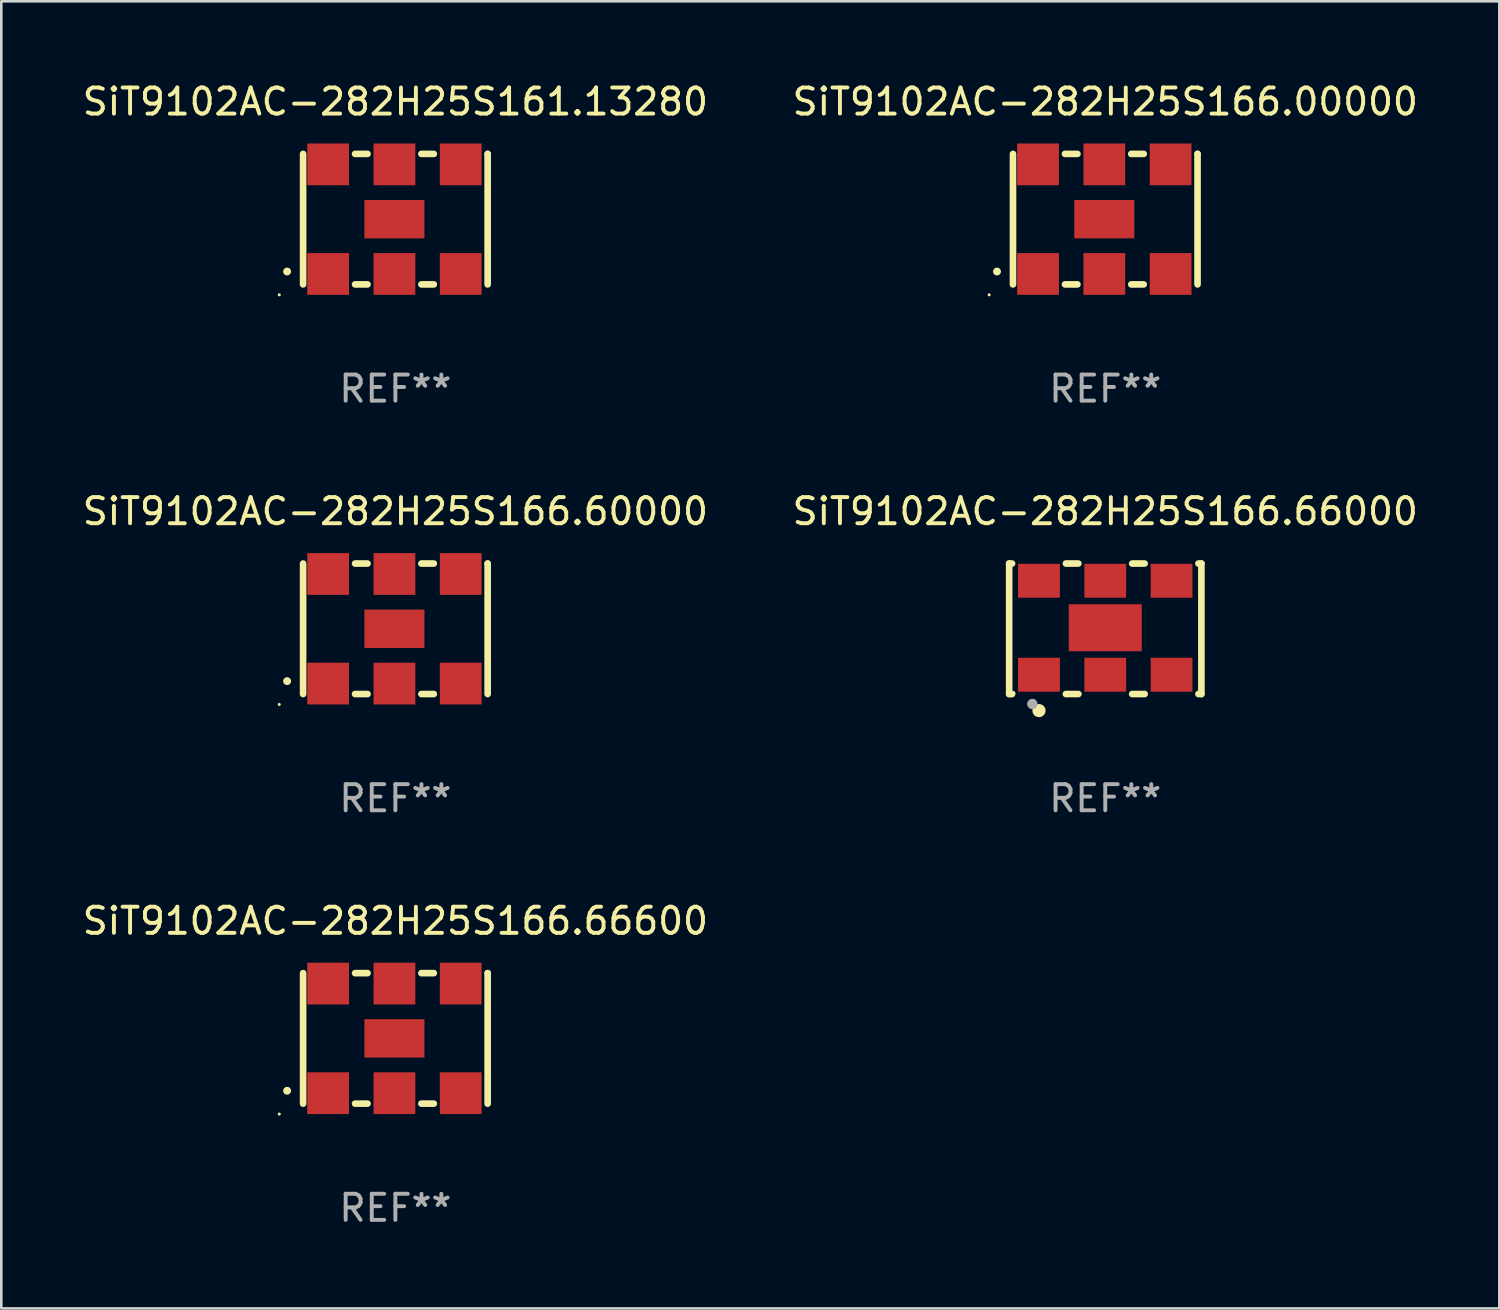
<source format=kicad_pcb>
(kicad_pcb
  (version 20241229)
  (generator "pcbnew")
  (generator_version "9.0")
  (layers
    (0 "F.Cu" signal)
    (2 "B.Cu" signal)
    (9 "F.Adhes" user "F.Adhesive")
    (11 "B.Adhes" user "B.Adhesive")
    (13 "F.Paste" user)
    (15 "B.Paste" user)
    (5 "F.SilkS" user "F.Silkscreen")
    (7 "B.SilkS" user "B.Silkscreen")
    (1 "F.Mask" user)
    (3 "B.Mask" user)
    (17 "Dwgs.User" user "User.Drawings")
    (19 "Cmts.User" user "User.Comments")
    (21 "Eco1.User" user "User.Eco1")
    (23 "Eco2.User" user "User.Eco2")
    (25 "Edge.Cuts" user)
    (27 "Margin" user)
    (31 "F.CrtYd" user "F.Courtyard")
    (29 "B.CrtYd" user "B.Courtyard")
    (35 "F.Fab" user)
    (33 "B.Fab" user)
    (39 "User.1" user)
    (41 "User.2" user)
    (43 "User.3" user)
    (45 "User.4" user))
  (footprint "SiT9102AC-282H25S166.60000"
    (layer "F.Cu")
    (at 12.101 21.045)
    (property "Reference" "SiT9102AC-282H25S166.60000" (at 0 -4.5 0) (layer "F.SilkS") (effects (font (size 1 1) (thickness 0.15))))
    (attr through_hole)
    (fp_line (start -3.536 -2.5) (end -3.536 2.5) (stroke (width 0.254) (type solid)) (layer "F.SilkS"))
    (fp_line (start -1.544 2.5) (end -1.067 2.5) (stroke (width 0.254) (type solid)) (layer "F.SilkS"))
    (fp_line (start -1.067 -2.5) (end -1.544 -2.5) (stroke (width 0.254) (type solid)) (layer "F.SilkS"))
    (fp_line (start 0.996 2.5) (end 1.473 2.5) (stroke (width 0.254) (type solid)) (layer "F.SilkS"))
    (fp_line (start 1.473 -2.5) (end 0.996 -2.5) (stroke (width 0.254) (type solid)) (layer "F.SilkS"))
    (fp_line (start 3.536 -2.5) (end 3.536 -2.5) (stroke (width 0.254) (type solid)) (layer "F.SilkS"))
    (fp_line (start 3.536 2.5) (end 3.536 -2.5) (stroke (width 0.254) (type solid)) (layer "F.SilkS"))
    (fp_arc (start -4.150432 2.006604) (mid -4.149162 2.006599) (end -4.147892 2.006604) (stroke (width 0.3) (type solid)) (layer "F.SilkS"))
    (fp_circle (center -4.449 2.9) (end -4.419 2.9) (stroke (width 0.06) (type solid)) (fill no) (layer "F.SilkS"))
    (fp_text user "REF**" (at 0 6.5 0) (layer "F.Fab") (effects (font (size 1 1) (thickness 0.15))))
    (pad "1" smd rect (at -2.576 2.1) (size 1.6 1.6) (layers "F.Cu" "F.Mask" "F.Paste"))
    (pad "2" smd rect (at -0.036 2.1) (size 1.6 1.6) (layers "F.Cu" "F.Mask" "F.Paste"))
    (pad "3" smd rect (at 2.504 2.1) (size 1.6 1.6) (layers "F.Cu" "F.Mask" "F.Paste"))
    (pad "4" smd rect (at 2.504 -2.1) (size 1.6 1.6) (layers "F.Cu" "F.Mask" "F.Paste"))
    (pad "5" smd rect (at -0.036 -2.1) (size 1.6 1.6) (layers "F.Cu" "F.Mask" "F.Paste"))
    (pad "6" smd rect (at -2.576 -2.1) (size 1.6 1.6) (layers "F.Cu" "F.Mask" "F.Paste"))
    (pad "7" smd rect (at -0.036 0) (size 2.3 1.47) (layers "F.Cu" "F.Mask" "F.Paste")))
  (footprint "SiT9102AC-282H25S166.66000"
    (layer "F.Cu")
    (at 39.304 21.045)
    (property "Reference" "SiT9102AC-282H25S166.66000" (at 0 -4.5 0) (layer "F.SilkS") (effects (font (size 1 1) (thickness 0.15))))
    (attr through_hole)
    (fp_line (start -3.683 -2.5) (end -3.571 -2.5) (stroke (width 0.254) (type solid)) (layer "F.SilkS"))
    (fp_line (start -3.683 2.5) (end -3.683 -2.5) (stroke (width 0.254) (type solid)) (layer "F.SilkS"))
    (fp_line (start -3.683 2.5) (end -3.571 2.5) (stroke (width 0.254) (type solid)) (layer "F.SilkS"))
    (fp_line (start -1.509 -2.5) (end -1.031 -2.5) (stroke (width 0.254) (type solid)) (layer "F.SilkS"))
    (fp_line (start -1.509 2.5) (end -1.031 2.5) (stroke (width 0.254) (type solid)) (layer "F.SilkS"))
    (fp_line (start 1.031 -2.5) (end 1.509 -2.5) (stroke (width 0.254) (type solid)) (layer "F.SilkS"))
    (fp_line (start 1.031 2.5) (end 1.509 2.5) (stroke (width 0.254) (type solid)) (layer "F.SilkS"))
    (fp_line (start 3.571 -2.5) (end 3.683 -2.5) (stroke (width 0.254) (type solid)) (layer "F.SilkS"))
    (fp_line (start 3.571 2.5) (end 3.683 2.5) (stroke (width 0.254) (type solid)) (layer "F.SilkS"))
    (fp_line (start 3.683 2.5) (end 3.683 -2.5) (stroke (width 0.254) (type solid)) (layer "F.SilkS"))
    (fp_circle (center -3.5 2.46) (end -3.47 2.46) (stroke (width 0.06) (type solid)) (fill no) (layer "F.SilkS"))
    (fp_circle (center -2.54 3.135) (end -2.413 3.135) (stroke (width 0.254) (type solid)) (fill no) (layer "F.SilkS"))
    (fp_circle (center -2.794 2.881) (end -2.694 2.881) (stroke (width 0.2) (type solid)) (fill no) (layer "F.Fab"))
    (fp_text user "REF**" (at 0 6.5 0) (layer "F.Fab") (effects (font (size 1 1) (thickness 0.15))))
    (pad "1" smd rect (at -2.54 1.76) (size 1.6 1.3) (layers "F.Cu" "F.Mask" "F.Paste"))
    (pad "2" smd rect (at 0 1.76) (size 1.6 1.3) (layers "F.Cu" "F.Mask" "F.Paste"))
    (pad "3" smd rect (at 2.54 1.76) (size 1.6 1.3) (layers "F.Cu" "F.Mask" "F.Paste"))
    (pad "4" smd rect (at 2.54 -1.84) (size 1.6 1.3) (layers "F.Cu" "F.Mask" "F.Paste"))
    (pad "5" smd rect (at 0 -1.84) (size 1.6 1.3) (layers "F.Cu" "F.Mask" "F.Paste"))
    (pad "6" smd rect (at -2.54 -1.84) (size 1.6 1.3) (layers "F.Cu" "F.Mask" "F.Paste"))
    (pad "7" smd rect (at 0 -0.04) (size 2.8 1.8) (layers "F.Cu" "F.Mask" "F.Paste")))
  (footprint "SiT9102AC-282H25S166.66600"
    (layer "F.Cu")
    (at 12.101 36.741)
    (property "Reference" "SiT9102AC-282H25S166.66600" (at 0 -4.5 0) (layer "F.SilkS") (effects (font (size 1 1) (thickness 0.15))))
    (attr through_hole)
    (fp_line (start -3.536 -2.5) (end -3.536 2.5) (stroke (width 0.254) (type solid)) (layer "F.SilkS"))
    (fp_line (start -1.544 2.5) (end -1.067 2.5) (stroke (width 0.254) (type solid)) (layer "F.SilkS"))
    (fp_line (start -1.067 -2.5) (end -1.544 -2.5) (stroke (width 0.254) (type solid)) (layer "F.SilkS"))
    (fp_line (start 0.996 2.5) (end 1.473 2.5) (stroke (width 0.254) (type solid)) (layer "F.SilkS"))
    (fp_line (start 1.473 -2.5) (end 0.996 -2.5) (stroke (width 0.254) (type solid)) (layer "F.SilkS"))
    (fp_line (start 3.536 -2.5) (end 3.536 -2.5) (stroke (width 0.254) (type solid)) (layer "F.SilkS"))
    (fp_line (start 3.536 2.5) (end 3.536 -2.5) (stroke (width 0.254) (type solid)) (layer "F.SilkS"))
    (fp_arc (start -4.150432 2.006604) (mid -4.149162 2.006599) (end -4.147892 2.006604) (stroke (width 0.3) (type solid)) (layer "F.SilkS"))
    (fp_circle (center -4.449 2.9) (end -4.419 2.9) (stroke (width 0.06) (type solid)) (fill no) (layer "F.SilkS"))
    (fp_text user "REF**" (at 0 6.5 0) (layer "F.Fab") (effects (font (size 1 1) (thickness 0.15))))
    (pad "1" smd rect (at -2.576 2.1) (size 1.6 1.6) (layers "F.Cu" "F.Mask" "F.Paste"))
    (pad "2" smd rect (at -0.036 2.1) (size 1.6 1.6) (layers "F.Cu" "F.Mask" "F.Paste"))
    (pad "3" smd rect (at 2.504 2.1) (size 1.6 1.6) (layers "F.Cu" "F.Mask" "F.Paste"))
    (pad "4" smd rect (at 2.504 -2.1) (size 1.6 1.6) (layers "F.Cu" "F.Mask" "F.Paste"))
    (pad "5" smd rect (at -0.036 -2.1) (size 1.6 1.6) (layers "F.Cu" "F.Mask" "F.Paste"))
    (pad "6" smd rect (at -2.576 -2.1) (size 1.6 1.6) (layers "F.Cu" "F.Mask" "F.Paste"))
    (pad "7" smd rect (at -0.036 0) (size 2.3 1.47) (layers "F.Cu" "F.Mask" "F.Paste")))
  (footprint "SiT9102AC-282H25S166.00000"
    (layer "F.Cu")
    (at 39.304 5.348)
    (property "Reference" "SiT9102AC-282H25S166.00000" (at 0 -4.5 0) (layer "F.SilkS") (effects (font (size 1 1) (thickness 0.15))))
    (attr through_hole)
    (fp_line (start -3.536 -2.5) (end -3.536 2.5) (stroke (width 0.254) (type solid)) (layer "F.SilkS"))
    (fp_line (start -1.544 2.5) (end -1.067 2.5) (stroke (width 0.254) (type solid)) (layer "F.SilkS"))
    (fp_line (start -1.067 -2.5) (end -1.544 -2.5) (stroke (width 0.254) (type solid)) (layer "F.SilkS"))
    (fp_line (start 0.996 2.5) (end 1.473 2.5) (stroke (width 0.254) (type solid)) (layer "F.SilkS"))
    (fp_line (start 1.473 -2.5) (end 0.996 -2.5) (stroke (width 0.254) (type solid)) (layer "F.SilkS"))
    (fp_line (start 3.536 -2.5) (end 3.536 -2.5) (stroke (width 0.254) (type solid)) (layer "F.SilkS"))
    (fp_line (start 3.536 2.5) (end 3.536 -2.5) (stroke (width 0.254) (type solid)) (layer "F.SilkS"))
    (fp_arc (start -4.150432 2.006604) (mid -4.149162 2.006599) (end -4.147892 2.006604) (stroke (width 0.3) (type solid)) (layer "F.SilkS"))
    (fp_circle (center -4.449 2.9) (end -4.419 2.9) (stroke (width 0.06) (type solid)) (fill no) (layer "F.SilkS"))
    (fp_text user "REF**" (at 0 6.5 0) (layer "F.Fab") (effects (font (size 1 1) (thickness 0.15))))
    (pad "1" smd rect (at -2.576 2.1) (size 1.6 1.6) (layers "F.Cu" "F.Mask" "F.Paste"))
    (pad "2" smd rect (at -0.036 2.1) (size 1.6 1.6) (layers "F.Cu" "F.Mask" "F.Paste"))
    (pad "3" smd rect (at 2.504 2.1) (size 1.6 1.6) (layers "F.Cu" "F.Mask" "F.Paste"))
    (pad "4" smd rect (at 2.504 -2.1) (size 1.6 1.6) (layers "F.Cu" "F.Mask" "F.Paste"))
    (pad "5" smd rect (at -0.036 -2.1) (size 1.6 1.6) (layers "F.Cu" "F.Mask" "F.Paste"))
    (pad "6" smd rect (at -2.576 -2.1) (size 1.6 1.6) (layers "F.Cu" "F.Mask" "F.Paste"))
    (pad "7" smd rect (at -0.036 0) (size 2.3 1.47) (layers "F.Cu" "F.Mask" "F.Paste")))
  (footprint "SiT9102AC-282H25S161.13280"
    (layer "F.Cu")
    (at 12.101 5.348)
    (property "Reference" "SiT9102AC-282H25S161.13280" (at 0 -4.5 0) (layer "F.SilkS") (effects (font (size 1 1) (thickness 0.15))))
    (attr through_hole)
    (fp_line (start -3.536 -2.5) (end -3.536 2.5) (stroke (width 0.254) (type solid)) (layer "F.SilkS"))
    (fp_line (start -1.544 2.5) (end -1.067 2.5) (stroke (width 0.254) (type solid)) (layer "F.SilkS"))
    (fp_line (start -1.067 -2.5) (end -1.544 -2.5) (stroke (width 0.254) (type solid)) (layer "F.SilkS"))
    (fp_line (start 0.996 2.5) (end 1.473 2.5) (stroke (width 0.254) (type solid)) (layer "F.SilkS"))
    (fp_line (start 1.473 -2.5) (end 0.996 -2.5) (stroke (width 0.254) (type solid)) (layer "F.SilkS"))
    (fp_line (start 3.536 -2.5) (end 3.536 -2.5) (stroke (width 0.254) (type solid)) (layer "F.SilkS"))
    (fp_line (start 3.536 2.5) (end 3.536 -2.5) (stroke (width 0.254) (type solid)) (layer "F.SilkS"))
    (fp_arc (start -4.150432 2.006604) (mid -4.149162 2.006599) (end -4.147892 2.006604) (stroke (width 0.3) (type solid)) (layer "F.SilkS"))
    (fp_circle (center -4.449 2.9) (end -4.419 2.9) (stroke (width 0.06) (type solid)) (fill no) (layer "F.SilkS"))
    (fp_text user "REF**" (at 0 6.5 0) (layer "F.Fab") (effects (font (size 1 1) (thickness 0.15))))
    (pad "1" smd rect (at -2.576 2.1) (size 1.6 1.6) (layers "F.Cu" "F.Mask" "F.Paste"))
    (pad "2" smd rect (at -0.036 2.1) (size 1.6 1.6) (layers "F.Cu" "F.Mask" "F.Paste"))
    (pad "3" smd rect (at 2.504 2.1) (size 1.6 1.6) (layers "F.Cu" "F.Mask" "F.Paste"))
    (pad "4" smd rect (at 2.504 -2.1) (size 1.6 1.6) (layers "F.Cu" "F.Mask" "F.Paste"))
    (pad "5" smd rect (at -0.036 -2.1) (size 1.6 1.6) (layers "F.Cu" "F.Mask" "F.Paste"))
    (pad "6" smd rect (at -2.576 -2.1) (size 1.6 1.6) (layers "F.Cu" "F.Mask" "F.Paste"))
    (pad "7" smd rect (at -0.036 0) (size 2.3 1.47) (layers "F.Cu" "F.Mask" "F.Paste")))
  (gr_rect
    (start -3 -3)
    (end 54.405 47.09)
    (stroke (width 0.1) (type default))
    (fill no)
    (layer "Edge.Cuts")))
</source>
